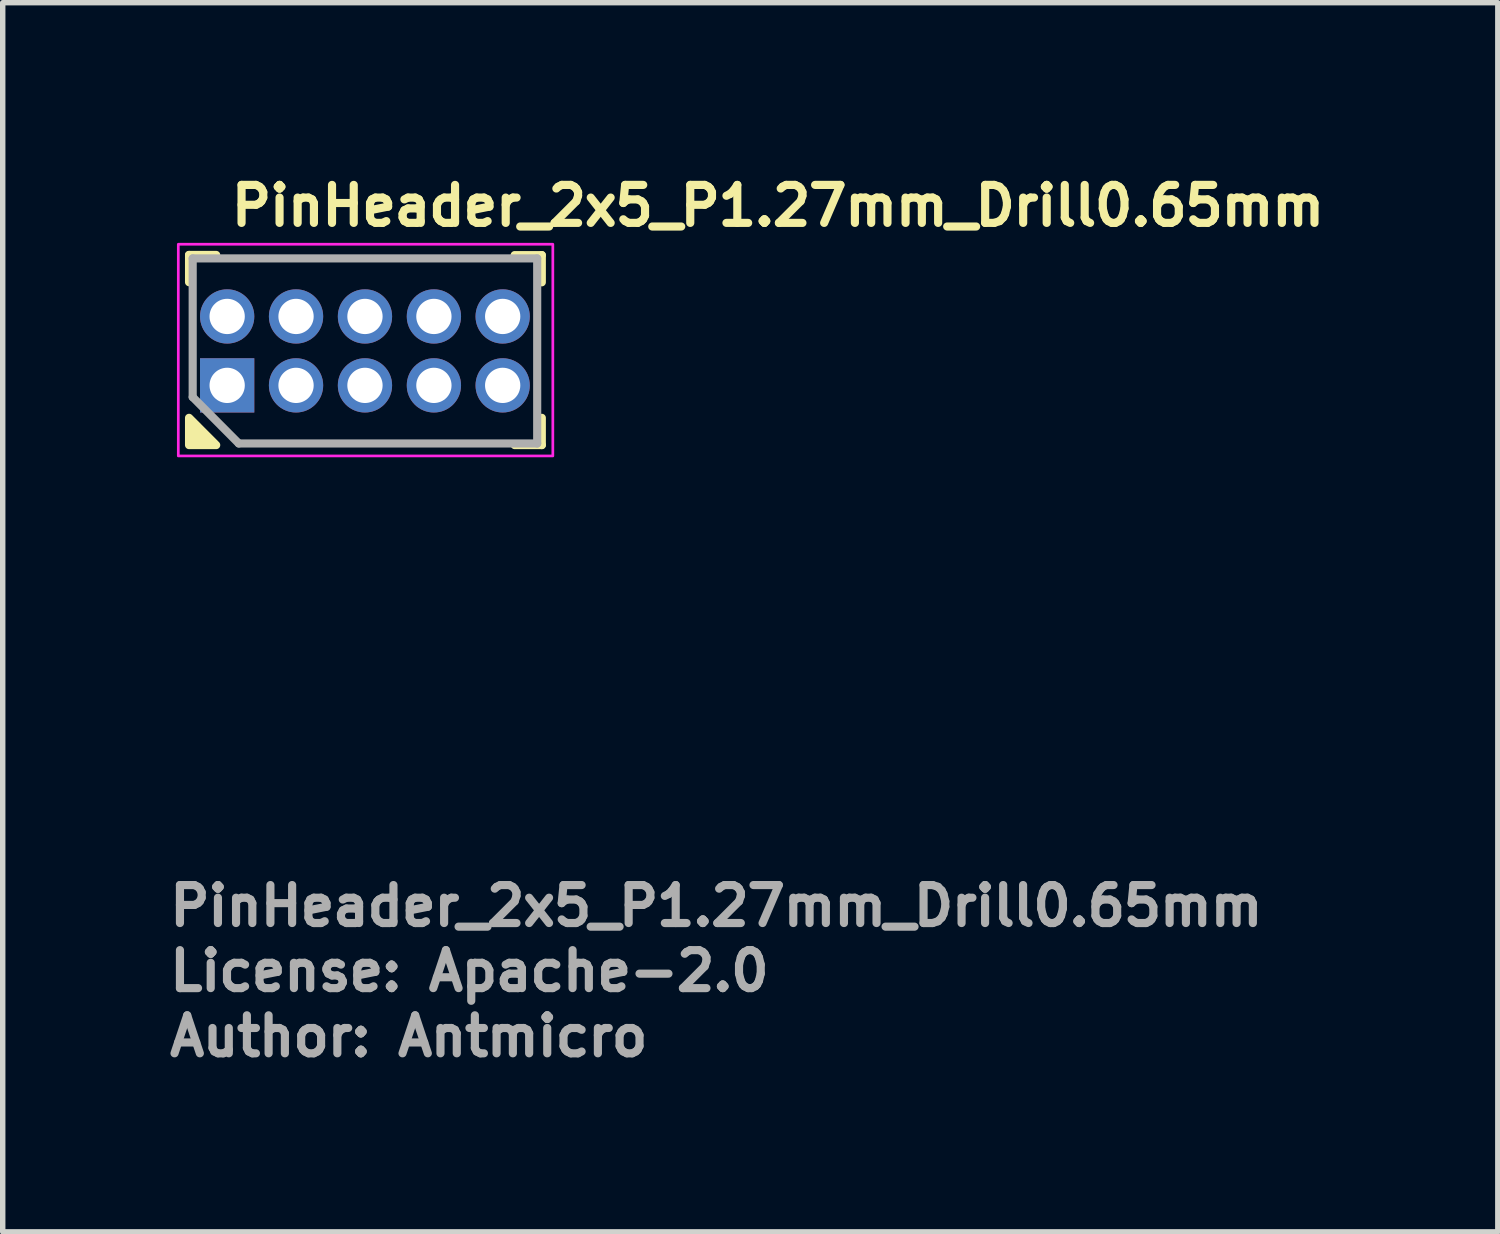
<source format=kicad_pcb>
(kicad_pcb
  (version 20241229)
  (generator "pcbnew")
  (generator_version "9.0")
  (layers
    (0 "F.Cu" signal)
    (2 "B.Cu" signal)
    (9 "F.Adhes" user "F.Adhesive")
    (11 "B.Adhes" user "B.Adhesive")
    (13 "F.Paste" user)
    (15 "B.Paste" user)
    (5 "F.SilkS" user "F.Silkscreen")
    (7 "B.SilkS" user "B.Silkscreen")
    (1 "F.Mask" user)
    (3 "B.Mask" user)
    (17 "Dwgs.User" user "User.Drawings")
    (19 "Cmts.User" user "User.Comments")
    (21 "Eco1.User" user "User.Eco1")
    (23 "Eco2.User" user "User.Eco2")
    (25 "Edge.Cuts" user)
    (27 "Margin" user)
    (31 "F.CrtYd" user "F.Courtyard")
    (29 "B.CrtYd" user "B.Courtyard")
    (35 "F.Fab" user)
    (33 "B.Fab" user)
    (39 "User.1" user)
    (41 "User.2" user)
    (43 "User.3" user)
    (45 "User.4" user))
  (footprint "PinHeader_2x5_P1.27mm_Drill0.65mm"
    (layer "F.Cu")
    (at 1.135 4.05)
    (property "Reference" "PinHeader_2x5_P1.27mm_Drill0.65mm" (at 0 -2.9 0) (layer "F.SilkS") (effects (font (size 0.7 0.7) (thickness 0.15)) (justify left bottom)))
    (attr through_hole)
    (fp_line (start -0.702 -2.403) (end -0.702 -1.901) (stroke (width 0.15) (type solid)) (layer "F.SilkS"))
    (fp_line (start -0.702 -2.403) (end -0.202 -2.403) (stroke (width 0.15) (type solid)) (layer "F.SilkS"))
    (fp_line (start 5.797 -2.4) (end 5.297 -2.4) (stroke (width 0.15) (type solid)) (layer "F.SilkS"))
    (fp_line (start 5.797 -2.4) (end 5.797 -1.899) (stroke (width 0.15) (type solid)) (layer "F.SilkS"))
    (fp_line (start 5.797 1.1) (end 5.297 1.1) (stroke (width 0.15) (type solid)) (layer "F.SilkS"))
    (fp_line (start 5.797 1.1) (end 5.797 0.598) (stroke (width 0.15) (type solid)) (layer "F.SilkS"))
    (fp_poly (pts (xy -0.702 0.598) (xy -0.702 1.1) (xy -0.202 1.1)) (stroke (width 0.15) (type solid)) (fill yes) (layer "F.SilkS"))
    (fp_rect (start -0.9 -2.6) (end 6 1.3) (stroke (width 0.05) (type solid)) (fill no) (layer "F.CrtYd"))
    (fp_line (start -0.635 -2.339) (end 5.712 -2.339) (stroke (width 0.15) (type solid)) (layer "F.Fab"))
    (fp_line (start -0.635 0.216) (end -0.635 -2.339) (stroke (width 0.15) (type solid)) (layer "F.Fab"))
    (fp_line (start 0.214 1.07) (end -0.635 0.216) (stroke (width 0.15) (type solid)) (layer "F.Fab"))
    (fp_line (start 5.712 -2.339) (end 5.712 1.07) (stroke (width 0.15) (type solid)) (layer "F.Fab"))
    (fp_line (start 5.712 1.07) (end 0.214 1.07) (stroke (width 0.15) (type solid)) (layer "F.Fab"))
    (fp_rect (start -0.634 -2.238) (end 5.712 0.961) (stroke (width 0.1) (type solid)) (fill no) (layer "User.5"))
    (fp_rect (start 5.712 -2.238) (end -0.634 0.961) (stroke (width 0.1) (type solid)) (fill no) (layer "User.5"))
    (fp_line (start -0.634 -2.037) (end -0.634 0.763) (stroke (width 0.02) (type solid)) (layer "User.9"))
    (fp_line (start -0.634 0.763) (end -0.434 0.961) (stroke (width 0.02) (type solid)) (layer "User.9"))
    (fp_line (start -0.434 -2.238) (end -0.634 -2.037) (stroke (width 0.02) (type solid)) (layer "User.9"))
    (fp_line (start -0.434 0.961) (end 0.432 0.961) (stroke (width 0.02) (type solid)) (layer "User.9"))
    (fp_line (start -0.203 -1.47) (end -0.103 -1.373) (stroke (width 0.02) (type solid)) (layer "User.9"))
    (fp_line (start -0.203 -1.47) (end 0.201 -1.47) (stroke (width 0.02) (type solid)) (layer "User.9"))
    (fp_line (start -0.203 -1.071) (end -0.203 -1.47) (stroke (width 0.02) (type solid)) (layer "User.9"))
    (fp_line (start -0.203 -0.204) (end -0.103 -0.103) (stroke (width 0.02) (type solid)) (layer "User.9"))
    (fp_line (start -0.203 -0.204) (end 0.201 -0.204) (stroke (width 0.02) (type solid)) (layer "User.9"))
    (fp_line (start -0.203 0.2) (end -0.203 -0.204) (stroke (width 0.02) (type solid)) (layer "User.9"))
    (fp_line (start -0.103 -1.373) (end -0.103 -1.17) (stroke (width 0.02) (type solid)) (layer "User.9"))
    (fp_line (start -0.103 -1.17) (end -0.203 -1.071) (stroke (width 0.02) (type solid)) (layer "User.9"))
    (fp_line (start -0.103 -1.17) (end 0.1 -1.17) (stroke (width 0.02) (type solid)) (layer "User.9"))
    (fp_line (start -0.103 -0.103) (end -0.103 0.1) (stroke (width 0.02) (type solid)) (layer "User.9"))
    (fp_line (start -0.103 0.1) (end -0.203 0.2) (stroke (width 0.02) (type solid)) (layer "User.9"))
    (fp_line (start -0.103 0.1) (end 0.1 0.1) (stroke (width 0.02) (type solid)) (layer "User.9"))
    (fp_line (start 0.1 -1.373) (end -0.103 -1.373) (stroke (width 0.02) (type solid)) (layer "User.9"))
    (fp_line (start 0.1 -1.17) (end 0.1 -1.373) (stroke (width 0.02) (type solid)) (layer "User.9"))
    (fp_line (start 0.1 -1.17) (end 0.201 -1.071) (stroke (width 0.02) (type solid)) (layer "User.9"))
    (fp_line (start 0.1 -0.103) (end -0.103 -0.103) (stroke (width 0.02) (type solid)) (layer "User.9"))
    (fp_line (start 0.1 0.1) (end 0.1 -0.103) (stroke (width 0.02) (type solid)) (layer "User.9"))
    (fp_line (start 0.1 0.1) (end 0.201 0.2) (stroke (width 0.02) (type solid)) (layer "User.9"))
    (fp_line (start 0.201 -1.47) (end 0.1 -1.373) (stroke (width 0.02) (type solid)) (layer "User.9"))
    (fp_line (start 0.201 -1.47) (end 0.201 -1.071) (stroke (width 0.02) (type solid)) (layer "User.9"))
    (fp_line (start 0.201 -1.071) (end -0.203 -1.071) (stroke (width 0.02) (type solid)) (layer "User.9"))
    (fp_line (start 0.201 -0.204) (end 0.1 -0.103) (stroke (width 0.02) (type solid)) (layer "User.9"))
    (fp_line (start 0.201 -0.204) (end 0.201 0.2) (stroke (width 0.02) (type solid)) (layer "User.9"))
    (fp_line (start 0.201 0.2) (end -0.203 0.2) (stroke (width 0.02) (type solid)) (layer "User.9"))
    (fp_line (start 0.432 -2.238) (end -0.434 -2.238) (stroke (width 0.02) (type solid)) (layer "User.9"))
    (fp_line (start 0.432 0.961) (end 0.632 0.763) (stroke (width 0.02) (type solid)) (layer "User.9"))
    (fp_line (start 0.632 -2.037) (end 0.432 -2.238) (stroke (width 0.02) (type solid)) (layer "User.9"))
    (fp_line (start 0.632 0.763) (end 0.832 0.961) (stroke (width 0.02) (type solid)) (layer "User.9"))
    (fp_line (start 0.832 -2.238) (end 0.632 -2.037) (stroke (width 0.02) (type solid)) (layer "User.9"))
    (fp_line (start 0.832 0.961) (end 1.705 0.961) (stroke (width 0.02) (type solid)) (layer "User.9"))
    (fp_line (start 1.07 -1.47) (end 1.169 -1.373) (stroke (width 0.02) (type solid)) (layer "User.9"))
    (fp_line (start 1.07 -1.47) (end 1.469 -1.47) (stroke (width 0.02) (type solid)) (layer "User.9"))
    (fp_line (start 1.07 -1.071) (end 1.07 -1.47) (stroke (width 0.02) (type solid)) (layer "User.9"))
    (fp_line (start 1.07 -0.204) (end 1.169 -0.103) (stroke (width 0.02) (type solid)) (layer "User.9"))
    (fp_line (start 1.07 -0.204) (end 1.469 -0.204) (stroke (width 0.02) (type solid)) (layer "User.9"))
    (fp_line (start 1.07 0.2) (end 1.07 -0.204) (stroke (width 0.02) (type solid)) (layer "User.9"))
    (fp_line (start 1.169 -1.373) (end 1.169 -1.17) (stroke (width 0.02) (type solid)) (layer "User.9"))
    (fp_line (start 1.169 -1.17) (end 1.07 -1.071) (stroke (width 0.02) (type solid)) (layer "User.9"))
    (fp_line (start 1.169 -1.17) (end 1.37 -1.17) (stroke (width 0.02) (type solid)) (layer "User.9"))
    (fp_line (start 1.169 -0.103) (end 1.169 0.1) (stroke (width 0.02) (type solid)) (layer "User.9"))
    (fp_line (start 1.169 0.1) (end 1.07 0.2) (stroke (width 0.02) (type solid)) (layer "User.9"))
    (fp_line (start 1.169 0.1) (end 1.37 0.1) (stroke (width 0.02) (type solid)) (layer "User.9"))
    (fp_line (start 1.37 -1.373) (end 1.169 -1.373) (stroke (width 0.02) (type solid)) (layer "User.9"))
    (fp_line (start 1.37 -1.17) (end 1.37 -1.373) (stroke (width 0.02) (type solid)) (layer "User.9"))
    (fp_line (start 1.37 -1.17) (end 1.469 -1.071) (stroke (width 0.02) (type solid)) (layer "User.9"))
    (fp_line (start 1.37 -0.103) (end 1.169 -0.103) (stroke (width 0.02) (type solid)) (layer "User.9"))
    (fp_line (start 1.37 0.1) (end 1.37 -0.103) (stroke (width 0.02) (type solid)) (layer "User.9"))
    (fp_line (start 1.37 0.1) (end 1.469 0.2) (stroke (width 0.02) (type solid)) (layer "User.9"))
    (fp_line (start 1.469 -1.47) (end 1.37 -1.373) (stroke (width 0.02) (type solid)) (layer "User.9"))
    (fp_line (start 1.469 -1.47) (end 1.469 -1.071) (stroke (width 0.02) (type solid)) (layer "User.9"))
    (fp_line (start 1.469 -1.071) (end 1.07 -1.071) (stroke (width 0.02) (type solid)) (layer "User.9"))
    (fp_line (start 1.469 -0.204) (end 1.37 -0.103) (stroke (width 0.02) (type solid)) (layer "User.9"))
    (fp_line (start 1.469 -0.204) (end 1.469 0.2) (stroke (width 0.02) (type solid)) (layer "User.9"))
    (fp_line (start 1.469 0.2) (end 1.07 0.2) (stroke (width 0.02) (type solid)) (layer "User.9"))
    (fp_line (start 1.705 -2.238) (end 0.832 -2.238) (stroke (width 0.02) (type solid)) (layer "User.9"))
    (fp_line (start 1.705 0.961) (end 1.904 0.763) (stroke (width 0.02) (type solid)) (layer "User.9"))
    (fp_line (start 1.904 -2.037) (end 1.705 -2.238) (stroke (width 0.02) (type solid)) (layer "User.9"))
    (fp_line (start 1.904 0.763) (end 2.104 0.961) (stroke (width 0.02) (type solid)) (layer "User.9"))
    (fp_line (start 2.104 -2.238) (end 1.904 -2.037) (stroke (width 0.02) (type solid)) (layer "User.9"))
    (fp_line (start 2.104 0.961) (end 2.975 0.961) (stroke (width 0.02) (type solid)) (layer "User.9"))
    (fp_line (start 2.338 -1.47) (end 2.439 -1.373) (stroke (width 0.02) (type solid)) (layer "User.9"))
    (fp_line (start 2.338 -1.47) (end 2.741 -1.47) (stroke (width 0.02) (type solid)) (layer "User.9"))
    (fp_line (start 2.338 -1.071) (end 2.338 -1.47) (stroke (width 0.02) (type solid)) (layer "User.9"))
    (fp_line (start 2.338 -0.204) (end 2.439 -0.103) (stroke (width 0.02) (type solid)) (layer "User.9"))
    (fp_line (start 2.338 -0.204) (end 2.741 -0.204) (stroke (width 0.02) (type solid)) (layer "User.9"))
    (fp_line (start 2.338 0.2) (end 2.338 -0.204) (stroke (width 0.02) (type solid)) (layer "User.9"))
    (fp_line (start 2.439 -1.373) (end 2.439 -1.17) (stroke (width 0.02) (type solid)) (layer "User.9"))
    (fp_line (start 2.439 -1.17) (end 2.338 -1.071) (stroke (width 0.02) (type solid)) (layer "User.9"))
    (fp_line (start 2.439 -1.17) (end 2.64 -1.17) (stroke (width 0.02) (type solid)) (layer "User.9"))
    (fp_line (start 2.439 -0.103) (end 2.439 0.1) (stroke (width 0.02) (type solid)) (layer "User.9"))
    (fp_line (start 2.439 0.1) (end 2.338 0.2) (stroke (width 0.02) (type solid)) (layer "User.9"))
    (fp_line (start 2.439 0.1) (end 2.64 0.1) (stroke (width 0.02) (type solid)) (layer "User.9"))
    (fp_line (start 2.64 -1.373) (end 2.439 -1.373) (stroke (width 0.02) (type solid)) (layer "User.9"))
    (fp_line (start 2.64 -1.17) (end 2.64 -1.373) (stroke (width 0.02) (type solid)) (layer "User.9"))
    (fp_line (start 2.64 -1.17) (end 2.741 -1.071) (stroke (width 0.02) (type solid)) (layer "User.9"))
    (fp_line (start 2.64 -0.103) (end 2.439 -0.103) (stroke (width 0.02) (type solid)) (layer "User.9"))
    (fp_line (start 2.64 0.1) (end 2.64 -0.103) (stroke (width 0.02) (type solid)) (layer "User.9"))
    (fp_line (start 2.64 0.1) (end 2.741 0.2) (stroke (width 0.02) (type solid)) (layer "User.9"))
    (fp_line (start 2.741 -1.47) (end 2.64 -1.373) (stroke (width 0.02) (type solid)) (layer "User.9"))
    (fp_line (start 2.741 -1.47) (end 2.741 -1.071) (stroke (width 0.02) (type solid)) (layer "User.9"))
    (fp_line (start 2.741 -1.071) (end 2.338 -1.071) (stroke (width 0.02) (type solid)) (layer "User.9"))
    (fp_line (start 2.741 -0.204) (end 2.64 -0.103) (stroke (width 0.02) (type solid)) (layer "User.9"))
    (fp_line (start 2.741 -0.204) (end 2.741 0.2) (stroke (width 0.02) (type solid)) (layer "User.9"))
    (fp_line (start 2.741 0.2) (end 2.338 0.2) (stroke (width 0.02) (type solid)) (layer "User.9"))
    (fp_line (start 2.975 -2.238) (end 2.104 -2.238) (stroke (width 0.02) (type solid)) (layer "User.9"))
    (fp_line (start 2.975 0.961) (end 3.175 0.763) (stroke (width 0.02) (type solid)) (layer "User.9"))
    (fp_line (start 3.175 -2.037) (end 2.975 -2.238) (stroke (width 0.02) (type solid)) (layer "User.9"))
    (fp_line (start 3.175 0.763) (end 3.374 0.961) (stroke (width 0.02) (type solid)) (layer "User.9"))
    (fp_line (start 3.374 -2.238) (end 3.175 -2.037) (stroke (width 0.02) (type solid)) (layer "User.9"))
    (fp_line (start 3.374 0.961) (end 4.245 0.961) (stroke (width 0.02) (type solid)) (layer "User.9"))
    (fp_line (start 3.608 -1.47) (end 3.708 -1.373) (stroke (width 0.02) (type solid)) (layer "User.9"))
    (fp_line (start 3.608 -1.47) (end 4.007 -1.47) (stroke (width 0.02) (type solid)) (layer "User.9"))
    (fp_line (start 3.608 -1.071) (end 3.608 -1.47) (stroke (width 0.02) (type solid)) (layer "User.9"))
    (fp_line (start 3.608 -0.204) (end 3.708 -0.103) (stroke (width 0.02) (type solid)) (layer "User.9"))
    (fp_line (start 3.608 -0.204) (end 4.007 -0.204) (stroke (width 0.02) (type solid)) (layer "User.9"))
    (fp_line (start 3.608 0.2) (end 3.608 -0.204) (stroke (width 0.02) (type solid)) (layer "User.9"))
    (fp_line (start 3.708 -1.373) (end 3.708 -1.17) (stroke (width 0.02) (type solid)) (layer "User.9"))
    (fp_line (start 3.708 -1.17) (end 3.608 -1.071) (stroke (width 0.02) (type solid)) (layer "User.9"))
    (fp_line (start 3.708 -1.17) (end 3.91 -1.17) (stroke (width 0.02) (type solid)) (layer "User.9"))
    (fp_line (start 3.708 -0.103) (end 3.708 0.1) (stroke (width 0.02) (type solid)) (layer "User.9"))
    (fp_line (start 3.708 0.1) (end 3.608 0.2) (stroke (width 0.02) (type solid)) (layer "User.9"))
    (fp_line (start 3.708 0.1) (end 3.91 0.1) (stroke (width 0.02) (type solid)) (layer "User.9"))
    (fp_line (start 3.91 -1.373) (end 3.708 -1.373) (stroke (width 0.02) (type solid)) (layer "User.9"))
    (fp_line (start 3.91 -1.17) (end 3.91 -1.373) (stroke (width 0.02) (type solid)) (layer "User.9"))
    (fp_line (start 3.91 -1.17) (end 4.007 -1.071) (stroke (width 0.02) (type solid)) (layer "User.9"))
    (fp_line (start 3.91 -0.103) (end 3.708 -0.103) (stroke (width 0.02) (type solid)) (layer "User.9"))
    (fp_line (start 3.91 0.1) (end 3.91 -0.103) (stroke (width 0.02) (type solid)) (layer "User.9"))
    (fp_line (start 3.91 0.1) (end 4.007 0.2) (stroke (width 0.02) (type solid)) (layer "User.9"))
    (fp_line (start 4.007 -1.47) (end 3.91 -1.373) (stroke (width 0.02) (type solid)) (layer "User.9"))
    (fp_line (start 4.007 -1.47) (end 4.007 -1.071) (stroke (width 0.02) (type solid)) (layer "User.9"))
    (fp_line (start 4.007 -1.071) (end 3.608 -1.071) (stroke (width 0.02) (type solid)) (layer "User.9"))
    (fp_line (start 4.007 -0.204) (end 3.91 -0.103) (stroke (width 0.02) (type solid)) (layer "User.9"))
    (fp_line (start 4.007 -0.204) (end 4.007 0.2) (stroke (width 0.02) (type solid)) (layer "User.9"))
    (fp_line (start 4.007 0.2) (end 3.608 0.2) (stroke (width 0.02) (type solid)) (layer "User.9"))
    (fp_line (start 4.245 -2.238) (end 3.374 -2.238) (stroke (width 0.02) (type solid)) (layer "User.9"))
    (fp_line (start 4.245 0.961) (end 4.443 0.763) (stroke (width 0.02) (type solid)) (layer "User.9"))
    (fp_line (start 4.443 -2.037) (end 4.245 -2.238) (stroke (width 0.02) (type solid)) (layer "User.9"))
    (fp_line (start 4.443 0.763) (end 4.644 0.961) (stroke (width 0.02) (type solid)) (layer "User.9"))
    (fp_line (start 4.644 -2.238) (end 4.443 -2.037) (stroke (width 0.02) (type solid)) (layer "User.9"))
    (fp_line (start 4.644 0.961) (end 5.512 0.961) (stroke (width 0.02) (type solid)) (layer "User.9"))
    (fp_line (start 4.878 -1.47) (end 4.978 -1.373) (stroke (width 0.02) (type solid)) (layer "User.9"))
    (fp_line (start 4.878 -1.47) (end 5.278 -1.47) (stroke (width 0.02) (type solid)) (layer "User.9"))
    (fp_line (start 4.878 -1.071) (end 4.878 -1.47) (stroke (width 0.02) (type solid)) (layer "User.9"))
    (fp_line (start 4.878 -0.204) (end 4.978 -0.103) (stroke (width 0.02) (type solid)) (layer "User.9"))
    (fp_line (start 4.878 -0.204) (end 5.278 -0.204) (stroke (width 0.02) (type solid)) (layer "User.9"))
    (fp_line (start 4.878 0.2) (end 4.878 -0.204) (stroke (width 0.02) (type solid)) (layer "User.9"))
    (fp_line (start 4.978 -1.373) (end 4.978 -1.17) (stroke (width 0.02) (type solid)) (layer "User.9"))
    (fp_line (start 4.978 -1.17) (end 4.878 -1.071) (stroke (width 0.02) (type solid)) (layer "User.9"))
    (fp_line (start 4.978 -1.17) (end 5.177 -1.17) (stroke (width 0.02) (type solid)) (layer "User.9"))
    (fp_line (start 4.978 -0.103) (end 4.978 0.1) (stroke (width 0.02) (type solid)) (layer "User.9"))
    (fp_line (start 4.978 0.1) (end 4.878 0.2) (stroke (width 0.02) (type solid)) (layer "User.9"))
    (fp_line (start 4.978 0.1) (end 5.177 0.1) (stroke (width 0.02) (type solid)) (layer "User.9"))
    (fp_line (start 5.177 -1.373) (end 4.978 -1.373) (stroke (width 0.02) (type solid)) (layer "User.9"))
    (fp_line (start 5.177 -1.17) (end 5.177 -1.373) (stroke (width 0.02) (type solid)) (layer "User.9"))
    (fp_line (start 5.177 -1.17) (end 5.278 -1.071) (stroke (width 0.02) (type solid)) (layer "User.9"))
    (fp_line (start 5.177 -0.103) (end 4.978 -0.103) (stroke (width 0.02) (type solid)) (layer "User.9"))
    (fp_line (start 5.177 0.1) (end 5.177 -0.103) (stroke (width 0.02) (type solid)) (layer "User.9"))
    (fp_line (start 5.177 0.1) (end 5.278 0.2) (stroke (width 0.02) (type solid)) (layer "User.9"))
    (fp_line (start 5.278 -1.47) (end 5.177 -1.373) (stroke (width 0.02) (type solid)) (layer "User.9"))
    (fp_line (start 5.278 -1.47) (end 5.278 -1.071) (stroke (width 0.02) (type solid)) (layer "User.9"))
    (fp_line (start 5.278 -1.071) (end 4.878 -1.071) (stroke (width 0.02) (type solid)) (layer "User.9"))
    (fp_line (start 5.278 -0.204) (end 5.177 -0.103) (stroke (width 0.02) (type solid)) (layer "User.9"))
    (fp_line (start 5.278 -0.204) (end 5.278 0.2) (stroke (width 0.02) (type solid)) (layer "User.9"))
    (fp_line (start 5.278 0.2) (end 4.878 0.2) (stroke (width 0.02) (type solid)) (layer "User.9"))
    (fp_line (start 5.512 -2.238) (end 4.644 -2.238) (stroke (width 0.02) (type solid)) (layer "User.9"))
    (fp_line (start 5.512 0.961) (end 5.712 0.763) (stroke (width 0.02) (type solid)) (layer "User.9"))
    (fp_line (start 5.712 -2.037) (end 5.512 -2.238) (stroke (width 0.02) (type solid)) (layer "User.9"))
    (fp_line (start 5.712 0.763) (end 5.712 -2.037) (stroke (width 0.02) (type solid)) (layer "User.9"))
    (fp_text user "License: Apache-2.0" (at -1.135 11.198 0) (layer "F.Fab") (effects (font (size 0.7 0.7) (thickness 0.15)) (justify left bottom)))
    (fp_text user "Author: Antmicro" (at -1.135 12.399 0) (layer "F.Fab") (effects (font (size 0.7 0.7) (thickness 0.15)) (justify left bottom)))
    (fp_text user "${REFERENCE}" (at -1.135 9.999 0) (layer "F.Fab") (effects (font (size 0.7 0.7) (thickness 0.15)) (justify left bottom)))
    (pad "1" thru_hole rect (at 0 0 90) (size 1 1) (drill 0.65) (layers "*.Cu" "*.Mask"))
    (pad "2" thru_hole oval (at 0 -1.27 90) (size 1 1) (drill 0.65) (layers "*.Cu" "*.Mask"))
    (pad "3" thru_hole oval (at 1.269 0 90) (size 1 1) (drill 0.65) (layers "*.Cu" "*.Mask"))
    (pad "4" thru_hole oval (at 1.269 -1.27 90) (size 1 1) (drill 0.65) (layers "*.Cu" "*.Mask"))
    (pad "5" thru_hole oval (at 2.539 0 90) (size 1 1) (drill 0.65) (layers "*.Cu" "*.Mask"))
    (pad "6" thru_hole oval (at 2.539 -1.27 90) (size 1 1) (drill 0.65) (layers "*.Cu" "*.Mask"))
    (pad "7" thru_hole oval (at 3.809 0 90) (size 1 1) (drill 0.65) (layers "*.Cu" "*.Mask"))
    (pad "8" thru_hole oval (at 3.809 -1.27 90) (size 1 1) (drill 0.65) (layers "*.Cu" "*.Mask"))
    (pad "9" thru_hole oval (at 5.076 0 90) (size 1 1) (drill 0.65) (layers "*.Cu" "*.Mask"))
    (pad "10" thru_hole oval (at 5.076 -1.27 90) (size 1 1) (drill 0.65) (layers "*.Cu" "*.Mask")))
  (gr_rect
    (start -3 -3)
    (end 24.545 19.645)
    (stroke (width 0.1) (type default))
    (fill no)
    (layer "Edge.Cuts")))
</source>
